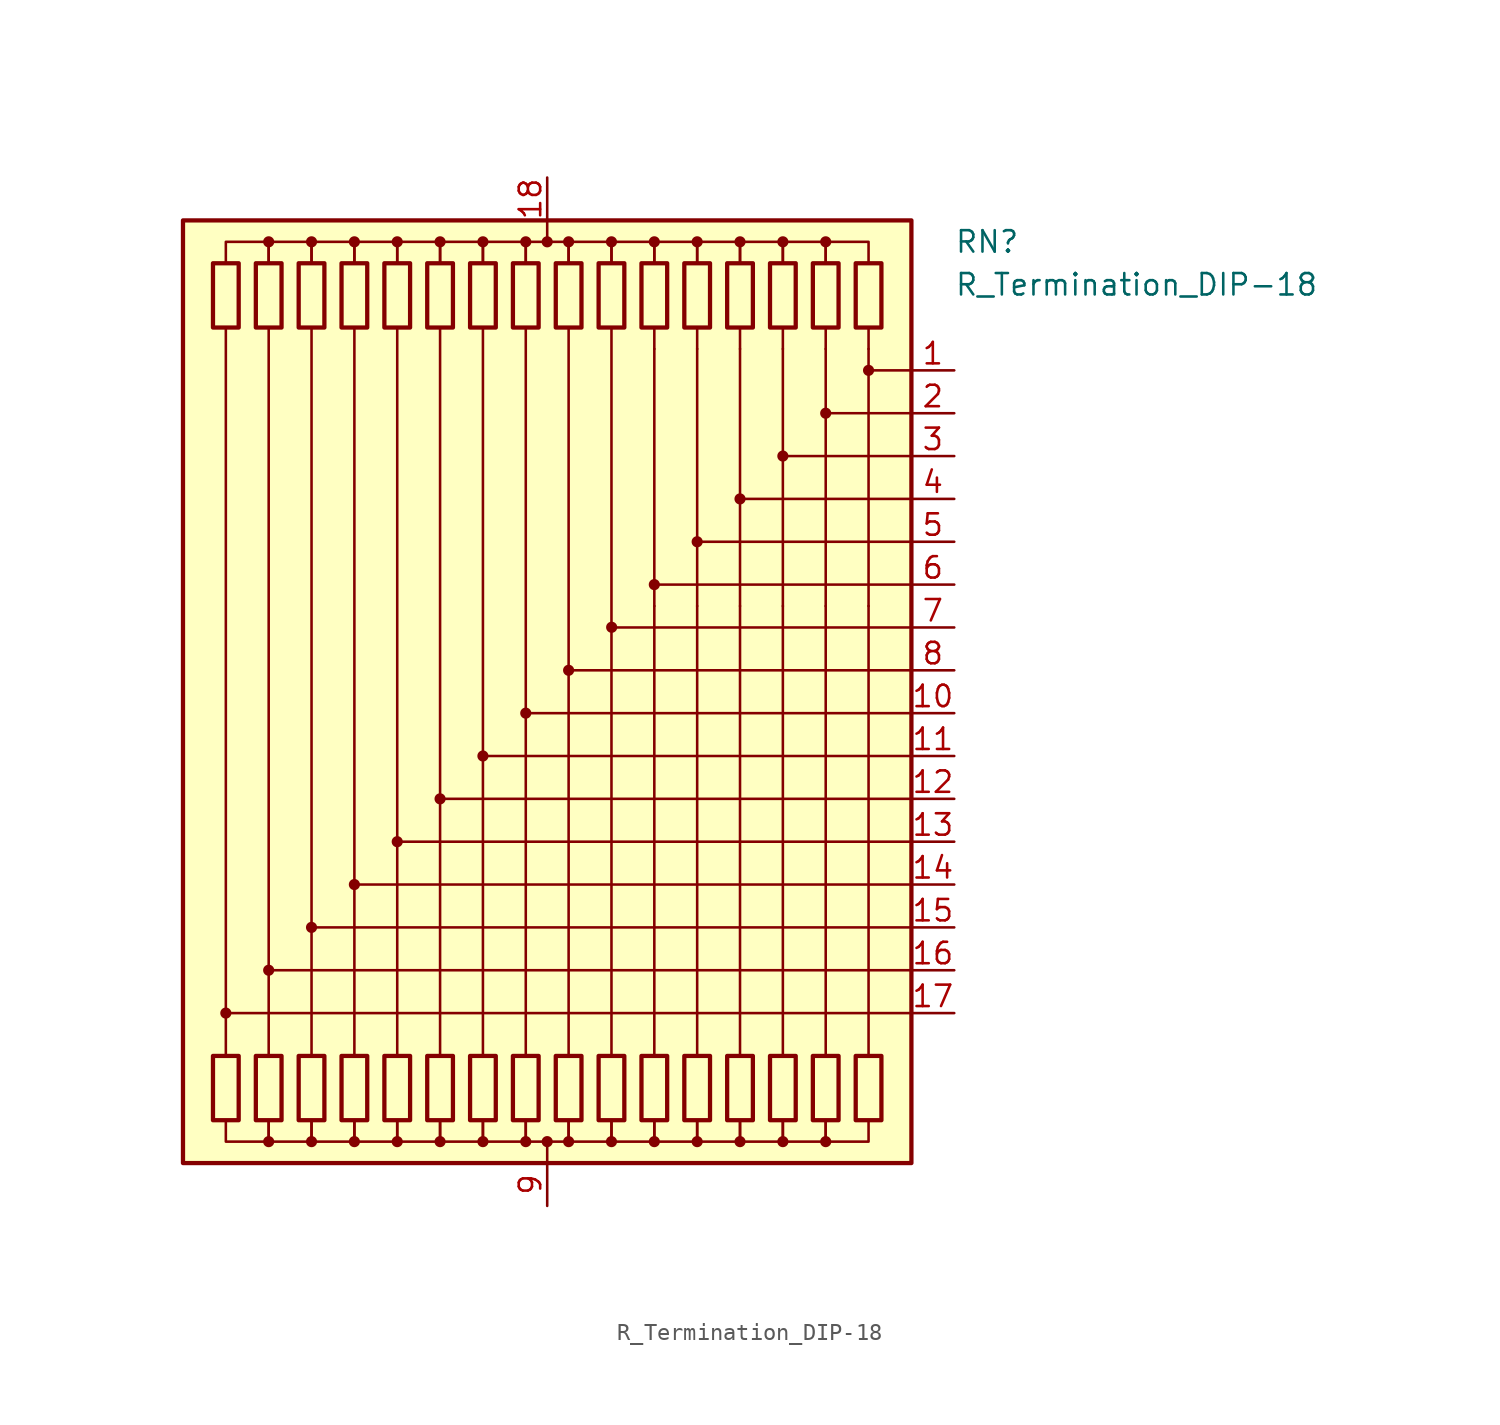
<source format=kicad_sym>
(kicad_symbol_lib
  (version 20211014)
  (generator kicad_symbol_editor)
  (symbol "R_Termination_DIP-18"
    (pin_names
      (offset 0.002) hide)
    (property "Reference" "RN"
      (at 24.13 26.67 0)
      (effects (font (size 1.27 1.27)) (justify left)))
    (property "Value" "R_Termination_DIP-18"
      (at 24.13 24.13 0)
      (effects (font (size 1.27 1.27)) (justify left)))
    (symbol "R_Termination_DIP-18_0_1"
      (rectangle (start -21.59 27.94) (end 21.59 -27.94) (stroke (width 0.254) (type default) (color 0 0 0 0)) (fill (type background)))
      (rectangle (start -19.812 25.4) (end -18.288 21.59) (stroke (width 0.254) (type default) (color 0 0 0 0)) (fill (type none)))
      (circle (center -19.05 -19.05) (radius 0.254) (stroke (width 0) (type default) (color 0 0 0 0)) (fill (type outline)))
      (rectangle (start -18.288 -25.4) (end -19.812 -21.59) (stroke (width 0.254) (type default) (color 0 0 0 0)) (fill (type none)))
      (rectangle (start -17.272 25.4) (end -15.748 21.59) (stroke (width 0.254) (type default) (color 0 0 0 0)) (fill (type none)))
      (circle (center -16.51 -26.67) (radius 0.254) (stroke (width 0) (type default) (color 0 0 0 0)) (fill (type outline)))
      (circle (center -16.51 -16.51) (radius 0.254) (stroke (width 0) (type default) (color 0 0 0 0)) (fill (type outline)))
      (circle (center -16.51 26.67) (radius 0.254) (stroke (width 0) (type default) (color 0 0 0 0)) (fill (type outline)))
      (rectangle (start -15.748 -25.4) (end -17.272 -21.59) (stroke (width 0.254) (type default) (color 0 0 0 0)) (fill (type none)))
      (rectangle (start -14.732 25.4) (end -13.208 21.59) (stroke (width 0.254) (type default) (color 0 0 0 0)) (fill (type none)))
      (circle (center -13.97 -26.67) (radius 0.254) (stroke (width 0) (type default) (color 0 0 0 0)) (fill (type outline)))
      (circle (center -13.97 -13.97) (radius 0.254) (stroke (width 0) (type default) (color 0 0 0 0)) (fill (type outline)))
      (circle (center -13.97 26.67) (radius 0.254) (stroke (width 0) (type default) (color 0 0 0 0)) (fill (type outline)))
      (rectangle (start -13.208 -25.4) (end -14.732 -21.59) (stroke (width 0.254) (type default) (color 0 0 0 0)) (fill (type none)))
      (rectangle (start -12.192 25.4) (end -10.668 21.59) (stroke (width 0.254) (type default) (color 0 0 0 0)) (fill (type none)))
      (circle (center -11.43 -26.67) (radius 0.254) (stroke (width 0) (type default) (color 0 0 0 0)) (fill (type outline)))
      (circle (center -11.43 -11.43) (radius 0.254) (stroke (width 0) (type default) (color 0 0 0 0)) (fill (type outline)))
      (circle (center -11.43 26.67) (radius 0.254) (stroke (width 0) (type default) (color 0 0 0 0)) (fill (type outline)))
      (rectangle (start -10.668 -25.4) (end -12.192 -21.59) (stroke (width 0.254) (type default) (color 0 0 0 0)) (fill (type none)))
      (rectangle (start -9.652 25.4) (end -8.128 21.59) (stroke (width 0.254) (type default) (color 0 0 0 0)) (fill (type none)))
      (circle (center -8.89 -26.67) (radius 0.254) (stroke (width 0) (type default) (color 0 0 0 0)) (fill (type outline)))
      (circle (center -8.89 -8.89) (radius 0.254) (stroke (width 0) (type default) (color 0 0 0 0)) (fill (type outline)))
      (circle (center -8.89 26.67) (radius 0.254) (stroke (width 0) (type default) (color 0 0 0 0)) (fill (type outline)))
      (rectangle (start -8.128 -25.4) (end -9.652 -21.59) (stroke (width 0.254) (type default) (color 0 0 0 0)) (fill (type none)))
      (rectangle (start -7.112 25.4) (end -5.588 21.59) (stroke (width 0.254) (type default) (color 0 0 0 0)) (fill (type none)))
      (circle (center -6.35 -26.67) (radius 0.254) (stroke (width 0) (type default) (color 0 0 0 0)) (fill (type outline)))
      (circle (center -6.35 -6.35) (radius 0.254) (stroke (width 0) (type default) (color 0 0 0 0)) (fill (type outline)))
      (circle (center -6.35 26.67) (radius 0.254) (stroke (width 0) (type default) (color 0 0 0 0)) (fill (type outline)))
      (rectangle (start -5.588 -25.4) (end -7.112 -21.59) (stroke (width 0.254) (type default) (color 0 0 0 0)) (fill (type none)))
      (rectangle (start -4.572 25.4) (end -3.048 21.59) (stroke (width 0.254) (type default) (color 0 0 0 0)) (fill (type none)))
      (circle (center -3.81 -26.67) (radius 0.254) (stroke (width 0) (type default) (color 0 0 0 0)) (fill (type outline)))
      (circle (center -3.81 -3.81) (radius 0.254) (stroke (width 0) (type default) (color 0 0 0 0)) (fill (type outline)))
      (circle (center -3.81 26.67) (radius 0.254) (stroke (width 0) (type default) (color 0 0 0 0)) (fill (type outline)))
      (rectangle (start -3.048 -25.4) (end -4.572 -21.59) (stroke (width 0.254) (type default) (color 0 0 0 0)) (fill (type none)))
      (rectangle (start -2.032 25.4) (end -0.508 21.59) (stroke (width 0.254) (type default) (color 0 0 0 0)) (fill (type none)))
      (circle (center -1.27 -26.67) (radius 0.254) (stroke (width 0) (type default) (color 0 0 0 0)) (fill (type outline)))
      (circle (center -1.27 -1.27) (radius 0.254) (stroke (width 0) (type default) (color 0 0 0 0)) (fill (type outline)))
      (circle (center -1.27 26.67) (radius 0.254) (stroke (width 0) (type default) (color 0 0 0 0)) (fill (type outline)))
      (rectangle (start -0.508 -25.4) (end -2.032 -21.59) (stroke (width 0.254) (type default) (color 0 0 0 0)) (fill (type none)))
      (circle (center 0 -26.67) (radius 0.254) (stroke (width 0) (type default) (color 0 0 0 0)) (fill (type outline)))
      (polyline (pts (xy -19.05 21.59) (xy -19.05 -21.59)) (stroke (width 0) (type default) (color 0 0 0 0)) (fill (type none)))
      (polyline (pts (xy -16.51 21.59) (xy -16.51 -21.59)) (stroke (width 0) (type default) (color 0 0 0 0)) (fill (type none)))
      (polyline (pts (xy -13.97 21.59) (xy -13.97 -21.59)) (stroke (width 0) (type default) (color 0 0 0 0)) (fill (type none)))
      (polyline (pts (xy -11.43 21.59) (xy -11.43 -21.59)) (stroke (width 0) (type default) (color 0 0 0 0)) (fill (type none)))
      (polyline (pts (xy -8.89 21.59) (xy -8.89 -21.59)) (stroke (width 0) (type default) (color 0 0 0 0)) (fill (type none)))
      (polyline (pts (xy -6.35 21.59) (xy -6.35 -21.59)) (stroke (width 0) (type default) (color 0 0 0 0)) (fill (type none)))
      (polyline (pts (xy -3.81 21.59) (xy -3.81 -21.59)) (stroke (width 0) (type default) (color 0 0 0 0)) (fill (type none)))
      (polyline (pts (xy -1.27 21.59) (xy -1.27 -21.59)) (stroke (width 0) (type default) (color 0 0 0 0)) (fill (type none)))
      (polyline (pts (xy 0 -27.94) (xy 0 -26.67)) (stroke (width 0) (type default) (color 0 0 0 0)) (fill (type none)))
      (polyline (pts (xy 0 27.94) (xy 0 26.67)) (stroke (width 0) (type default) (color 0 0 0 0)) (fill (type none)))
      (polyline (pts (xy 1.27 21.59) (xy 1.27 -21.59)) (stroke (width 0) (type default) (color 0 0 0 0)) (fill (type none)))
      (polyline (pts (xy 3.81 21.59) (xy 3.81 -21.59)) (stroke (width 0) (type default) (color 0 0 0 0)) (fill (type none)))
      (polyline (pts (xy 6.35 -21.59) (xy 6.35 5.08)) (stroke (width 0) (type default) (color 0 0 0 0)) (fill (type none)))
      (polyline (pts (xy 6.35 20.32) (xy 6.35 5.08)) (stroke (width 0.152) (type default) (color 0 0 0 0)) (fill (type none)))
      (polyline (pts (xy 6.35 21.59) (xy 6.35 20.32)) (stroke (width 0) (type default) (color 0 0 0 0)) (fill (type none)))
      (polyline (pts (xy 8.89 -21.59) (xy 8.89 5.08)) (stroke (width 0) (type default) (color 0 0 0 0)) (fill (type none)))
      (polyline (pts (xy 8.89 20.32) (xy 8.89 5.08)) (stroke (width 0.152) (type default) (color 0 0 0 0)) (fill (type none)))
      (polyline (pts (xy 8.89 21.59) (xy 8.89 20.32)) (stroke (width 0) (type default) (color 0 0 0 0)) (fill (type none)))
      (polyline (pts (xy 11.43 -21.59) (xy 11.43 5.08)) (stroke (width 0) (type default) (color 0 0 0 0)) (fill (type none)))
      (polyline (pts (xy 11.43 20.32) (xy 11.43 5.08)) (stroke (width 0.152) (type default) (color 0 0 0 0)) (fill (type none)))
      (polyline (pts (xy 11.43 21.59) (xy 11.43 20.32)) (stroke (width 0) (type default) (color 0 0 0 0)) (fill (type none)))
      (polyline (pts (xy 13.97 -21.59) (xy 13.97 5.08)) (stroke (width 0) (type default) (color 0 0 0 0)) (fill (type none)))
      (polyline (pts (xy 13.97 20.32) (xy 13.97 5.08)) (stroke (width 0.152) (type default) (color 0 0 0 0)) (fill (type none)))
      (polyline (pts (xy 13.97 21.59) (xy 13.97 20.32)) (stroke (width 0) (type default) (color 0 0 0 0)) (fill (type none)))
      (polyline (pts (xy 16.51 -21.59) (xy 16.51 5.08)) (stroke (width 0) (type default) (color 0 0 0 0)) (fill (type none)))
      (polyline (pts (xy 16.51 20.32) (xy 16.51 5.08)) (stroke (width 0.152) (type default) (color 0 0 0 0)) (fill (type none)))
      (polyline (pts (xy 16.51 21.59) (xy 16.51 20.32)) (stroke (width 0) (type default) (color 0 0 0 0)) (fill (type none)))
      (polyline (pts (xy 19.05 -21.59) (xy 19.05 5.08)) (stroke (width 0) (type default) (color 0 0 0 0)) (fill (type none)))
      (polyline (pts (xy 19.05 20.32) (xy 19.05 5.08)) (stroke (width 0.152) (type default) (color 0 0 0 0)) (fill (type none)))
      (polyline (pts (xy 19.05 21.59) (xy 19.05 20.32)) (stroke (width 0) (type default) (color 0 0 0 0)) (fill (type none)))
      (polyline (pts (xy 21.59 -19.05) (xy -19.05 -19.05)) (stroke (width 0.152) (type default) (color 0 0 0 0)) (fill (type none)))
      (polyline (pts (xy 21.59 -16.51) (xy -16.51 -16.51)) (stroke (width 0.152) (type default) (color 0 0 0 0)) (fill (type none)))
      (polyline (pts (xy 21.59 -13.97) (xy -13.97 -13.97)) (stroke (width 0.152) (type default) (color 0 0 0 0)) (fill (type none)))
      (polyline (pts (xy 21.59 -11.43) (xy -11.43 -11.43)) (stroke (width 0.152) (type default) (color 0 0 0 0)) (fill (type none)))
      (polyline (pts (xy 21.59 -8.89) (xy -8.89 -8.89)) (stroke (width 0.152) (type default) (color 0 0 0 0)) (fill (type none)))
      (polyline (pts (xy 21.59 -6.35) (xy -6.35 -6.35)) (stroke (width 0.152) (type default) (color 0 0 0 0)) (fill (type none)))
      (polyline (pts (xy 21.59 -3.81) (xy -3.81 -3.81)) (stroke (width 0.152) (type default) (color 0 0 0 0)) (fill (type none)))
      (polyline (pts (xy 21.59 -1.27) (xy -1.27 -1.27)) (stroke (width 0.152) (type default) (color 0 0 0 0)) (fill (type none)))
      (polyline (pts (xy 21.59 1.27) (xy 1.27 1.27)) (stroke (width 0.152) (type default) (color 0 0 0 0)) (fill (type none)))
      (polyline (pts (xy 21.59 3.81) (xy 3.81 3.81)) (stroke (width 0.152) (type default) (color 0 0 0 0)) (fill (type none)))
      (polyline (pts (xy 21.59 6.35) (xy 6.35 6.35)) (stroke (width 0.152) (type default) (color 0 0 0 0)) (fill (type none)))
      (polyline (pts (xy 21.59 8.89) (xy 8.89 8.89)) (stroke (width 0.152) (type default) (color 0 0 0 0)) (fill (type none)))
      (polyline (pts (xy 21.59 11.43) (xy 11.43 11.43)) (stroke (width 0.152) (type default) (color 0 0 0 0)) (fill (type none)))
      (polyline (pts (xy 21.59 13.97) (xy 13.97 13.97)) (stroke (width 0.152) (type default) (color 0 0 0 0)) (fill (type none)))
      (polyline (pts (xy 21.59 16.51) (xy 16.51 16.51)) (stroke (width 0.152) (type default) (color 0 0 0 0)) (fill (type none)))
      (polyline (pts (xy 21.59 19.05) (xy 19.05 19.05)) (stroke (width 0.152) (type default) (color 0 0 0 0)) (fill (type none)))
      (polyline (pts (xy -19.05 25.4) (xy -19.05 26.67) (xy -16.51 26.67) (xy -16.51 25.4)) (stroke (width 0) (type default) (color 0 0 0 0)) (fill (type none)))
      (polyline (pts (xy -16.51 -25.4) (xy -16.51 -26.67) (xy -19.05 -26.67) (xy -19.05 -25.4)) (stroke (width 0) (type default) (color 0 0 0 0)) (fill (type none)))
      (polyline (pts (xy -16.51 25.4) (xy -16.51 26.67) (xy -13.97 26.67) (xy -13.97 25.4)) (stroke (width 0) (type default) (color 0 0 0 0)) (fill (type none)))
      (polyline (pts (xy -13.97 -25.4) (xy -13.97 -26.67) (xy -16.51 -26.67) (xy -16.51 -25.4)) (stroke (width 0) (type default) (color 0 0 0 0)) (fill (type none)))
      (polyline (pts (xy -13.97 25.4) (xy -13.97 26.67) (xy -11.43 26.67) (xy -11.43 25.4)) (stroke (width 0) (type default) (color 0 0 0 0)) (fill (type none)))
      (polyline (pts (xy -11.43 -25.4) (xy -11.43 -26.67) (xy -13.97 -26.67) (xy -13.97 -25.4)) (stroke (width 0) (type default) (color 0 0 0 0)) (fill (type none)))
      (polyline (pts (xy -11.43 25.4) (xy -11.43 26.67) (xy -8.89 26.67) (xy -8.89 25.4)) (stroke (width 0) (type default) (color 0 0 0 0)) (fill (type none)))
      (polyline (pts (xy -8.89 -25.4) (xy -8.89 -26.67) (xy -11.43 -26.67) (xy -11.43 -25.4)) (stroke (width 0) (type default) (color 0 0 0 0)) (fill (type none)))
      (polyline (pts (xy -8.89 25.4) (xy -8.89 26.67) (xy -6.35 26.67) (xy -6.35 25.4)) (stroke (width 0) (type default) (color 0 0 0 0)) (fill (type none)))
      (polyline (pts (xy -6.35 -25.4) (xy -6.35 -26.67) (xy -8.89 -26.67) (xy -8.89 -25.4)) (stroke (width 0) (type default) (color 0 0 0 0)) (fill (type none)))
      (polyline (pts (xy -6.35 25.4) (xy -6.35 26.67) (xy -3.81 26.67) (xy -3.81 25.4)) (stroke (width 0) (type default) (color 0 0 0 0)) (fill (type none)))
      (polyline (pts (xy -3.81 -25.4) (xy -3.81 -26.67) (xy -6.35 -26.67) (xy -6.35 -25.4)) (stroke (width 0) (type default) (color 0 0 0 0)) (fill (type none)))
      (polyline (pts (xy -3.81 25.4) (xy -3.81 26.67) (xy -1.27 26.67) (xy -1.27 25.4)) (stroke (width 0) (type default) (color 0 0 0 0)) (fill (type none)))
      (polyline (pts (xy -1.27 -25.4) (xy -1.27 -26.67) (xy -3.81 -26.67) (xy -3.81 -25.4)) (stroke (width 0) (type default) (color 0 0 0 0)) (fill (type none)))
      (polyline (pts (xy -1.27 25.4) (xy -1.27 26.67) (xy 1.27 26.67) (xy 1.27 25.4)) (stroke (width 0) (type default) (color 0 0 0 0)) (fill (type none)))
      (polyline (pts (xy 1.27 -25.4) (xy 1.27 -26.67) (xy -1.27 -26.67) (xy -1.27 -25.4)) (stroke (width 0) (type default) (color 0 0 0 0)) (fill (type none)))
      (polyline (pts (xy 1.27 25.4) (xy 1.27 26.67) (xy 3.81 26.67) (xy 3.81 25.4)) (stroke (width 0) (type default) (color 0 0 0 0)) (fill (type none)))
      (polyline (pts (xy 3.81 -25.4) (xy 3.81 -26.67) (xy 1.27 -26.67) (xy 1.27 -25.4)) (stroke (width 0) (type default) (color 0 0 0 0)) (fill (type none)))
      (polyline (pts (xy 3.81 25.4) (xy 3.81 26.67) (xy 6.35 26.67) (xy 6.35 25.4)) (stroke (width 0) (type default) (color 0 0 0 0)) (fill (type none)))
      (polyline (pts (xy 6.35 -25.4) (xy 6.35 -26.67) (xy 3.81 -26.67) (xy 3.81 -25.4)) (stroke (width 0) (type default) (color 0 0 0 0)) (fill (type none)))
      (polyline (pts (xy 6.35 25.4) (xy 6.35 26.67) (xy 8.89 26.67) (xy 8.89 25.4)) (stroke (width 0) (type default) (color 0 0 0 0)) (fill (type none)))
      (polyline (pts (xy 8.89 -25.4) (xy 8.89 -26.67) (xy 6.35 -26.67) (xy 6.35 -25.4)) (stroke (width 0) (type default) (color 0 0 0 0)) (fill (type none)))
      (polyline (pts (xy 8.89 25.4) (xy 8.89 26.67) (xy 11.43 26.67) (xy 11.43 25.4)) (stroke (width 0) (type default) (color 0 0 0 0)) (fill (type none)))
      (polyline (pts (xy 11.43 -25.4) (xy 11.43 -26.67) (xy 8.89 -26.67) (xy 8.89 -25.4)) (stroke (width 0) (type default) (color 0 0 0 0)) (fill (type none)))
      (polyline (pts (xy 11.43 25.4) (xy 11.43 26.67) (xy 13.97 26.67) (xy 13.97 25.4)) (stroke (width 0) (type default) (color 0 0 0 0)) (fill (type none)))
      (polyline (pts (xy 13.97 -25.4) (xy 13.97 -26.67) (xy 11.43 -26.67) (xy 11.43 -25.4)) (stroke (width 0) (type default) (color 0 0 0 0)) (fill (type none)))
      (polyline (pts (xy 13.97 25.4) (xy 13.97 26.67) (xy 16.51 26.67) (xy 16.51 25.4)) (stroke (width 0) (type default) (color 0 0 0 0)) (fill (type none)))
      (polyline (pts (xy 16.51 -25.4) (xy 16.51 -26.67) (xy 13.97 -26.67) (xy 13.97 -25.4)) (stroke (width 0) (type default) (color 0 0 0 0)) (fill (type none)))
      (polyline (pts (xy 16.51 25.4) (xy 16.51 26.67) (xy 19.05 26.67) (xy 19.05 25.4)) (stroke (width 0) (type default) (color 0 0 0 0)) (fill (type none)))
      (polyline (pts (xy 19.05 -25.4) (xy 19.05 -26.67) (xy 16.51 -26.67) (xy 16.51 -25.4)) (stroke (width 0) (type default) (color 0 0 0 0)) (fill (type none)))
      (circle (center 0 26.67) (radius 0.254) (stroke (width 0) (type default) (color 0 0 0 0)) (fill (type outline)))
      (rectangle (start 0.508 25.4) (end 2.032 21.59) (stroke (width 0.254) (type default) (color 0 0 0 0)) (fill (type none)))
      (circle (center 1.27 -26.67) (radius 0.254) (stroke (width 0) (type default) (color 0 0 0 0)) (fill (type outline)))
      (circle (center 1.27 1.27) (radius 0.254) (stroke (width 0) (type default) (color 0 0 0 0)) (fill (type outline)))
      (circle (center 1.27 26.67) (radius 0.254) (stroke (width 0) (type default) (color 0 0 0 0)) (fill (type outline)))
      (rectangle (start 2.032 -25.4) (end 0.508 -21.59) (stroke (width 0.254) (type default) (color 0 0 0 0)) (fill (type none)))
      (rectangle (start 3.048 25.4) (end 4.572 21.59) (stroke (width 0.254) (type default) (color 0 0 0 0)) (fill (type none)))
      (circle (center 3.81 -26.67) (radius 0.254) (stroke (width 0) (type default) (color 0 0 0 0)) (fill (type outline)))
      (circle (center 3.81 26.67) (radius 0.254) (stroke (width 0) (type default) (color 0 0 0 0)) (fill (type outline)))
      (circle (center 3.822 3.821) (radius 0.254) (stroke (width 0) (type default) (color 0 0 0 0)) (fill (type outline)))
      (rectangle (start 4.572 -25.4) (end 3.048 -21.59) (stroke (width 0.254) (type default) (color 0 0 0 0)) (fill (type none)))
      (rectangle (start 5.588 25.4) (end 7.112 21.59) (stroke (width 0.254) (type default) (color 0 0 0 0)) (fill (type none)))
      (circle (center 6.35 -26.67) (radius 0.254) (stroke (width 0) (type default) (color 0 0 0 0)) (fill (type outline)))
      (circle (center 6.35 6.35) (radius 0.254) (stroke (width 0) (type default) (color 0 0 0 0)) (fill (type outline)))
      (circle (center 6.35 26.67) (radius 0.254) (stroke (width 0) (type default) (color 0 0 0 0)) (fill (type outline)))
      (rectangle (start 7.112 -25.4) (end 5.588 -21.59) (stroke (width 0.254) (type default) (color 0 0 0 0)) (fill (type none)))
      (rectangle (start 8.128 25.4) (end 9.652 21.59) (stroke (width 0.254) (type default) (color 0 0 0 0)) (fill (type none)))
      (circle (center 8.89 -26.67) (radius 0.254) (stroke (width 0) (type default) (color 0 0 0 0)) (fill (type outline)))
      (circle (center 8.89 8.89) (radius 0.254) (stroke (width 0) (type default) (color 0 0 0 0)) (fill (type outline)))
      (circle (center 8.89 26.67) (radius 0.254) (stroke (width 0) (type default) (color 0 0 0 0)) (fill (type outline)))
      (rectangle (start 9.652 -25.4) (end 8.128 -21.59) (stroke (width 0.254) (type default) (color 0 0 0 0)) (fill (type none)))
      (rectangle (start 10.668 25.4) (end 12.192 21.59) (stroke (width 0.254) (type default) (color 0 0 0 0)) (fill (type none)))
      (circle (center 11.43 -26.67) (radius 0.254) (stroke (width 0) (type default) (color 0 0 0 0)) (fill (type outline)))
      (circle (center 11.43 11.43) (radius 0.254) (stroke (width 0) (type default) (color 0 0 0 0)) (fill (type outline)))
      (circle (center 11.43 26.67) (radius 0.254) (stroke (width 0) (type default) (color 0 0 0 0)) (fill (type outline)))
      (rectangle (start 12.192 -25.4) (end 10.668 -21.59) (stroke (width 0.254) (type default) (color 0 0 0 0)) (fill (type none)))
      (rectangle (start 13.208 25.4) (end 14.732 21.59) (stroke (width 0.254) (type default) (color 0 0 0 0)) (fill (type none)))
      (circle (center 13.97 -26.67) (radius 0.254) (stroke (width 0) (type default) (color 0 0 0 0)) (fill (type outline)))
      (circle (center 13.97 13.97) (radius 0.254) (stroke (width 0) (type default) (color 0 0 0 0)) (fill (type outline)))
      (circle (center 13.97 26.67) (radius 0.254) (stroke (width 0) (type default) (color 0 0 0 0)) (fill (type outline)))
      (rectangle (start 14.732 -25.4) (end 13.208 -21.59) (stroke (width 0.254) (type default) (color 0 0 0 0)) (fill (type none)))
      (rectangle (start 15.748 25.4) (end 17.272 21.59) (stroke (width 0.254) (type default) (color 0 0 0 0)) (fill (type none)))
      (circle (center 16.51 -26.67) (radius 0.254) (stroke (width 0) (type default) (color 0 0 0 0)) (fill (type outline)))
      (circle (center 16.51 16.51) (radius 0.254) (stroke (width 0) (type default) (color 0 0 0 0)) (fill (type outline)))
      (circle (center 16.51 26.67) (radius 0.254) (stroke (width 0) (type default) (color 0 0 0 0)) (fill (type outline)))
      (rectangle (start 17.272 -25.4) (end 15.748 -21.59) (stroke (width 0.254) (type default) (color 0 0 0 0)) (fill (type none)))
      (rectangle (start 18.288 25.4) (end 19.812 21.59) (stroke (width 0.254) (type default) (color 0 0 0 0)) (fill (type none)))
      (circle (center 19.05 19.05) (radius 0.254) (stroke (width 0) (type default) (color 0 0 0 0)) (fill (type outline)))
      (rectangle (start 19.812 -25.4) (end 18.288 -21.59) (stroke (width 0.254) (type default) (color 0 0 0 0)) (fill (type none))))
    (symbol "R_Termination_DIP-18_1_1"
      (pin passive line (at 24.13 19.05 180) (length 2.54) (name "R1" (effects (font (size 1.27 1.27)))) (number "1" (effects (font (size 1.27 1.27)))))
      (pin passive line (at 24.13 -1.27 180) (length 2.54) (name "R10" (effects (font (size 1.27 1.27)))) (number "10" (effects (font (size 1.27 1.27)))))
      (pin passive line (at 24.13 -3.81 180) (length 2.54) (name "R11" (effects (font (size 1.27 1.27)))) (number "11" (effects (font (size 1.27 1.27)))))
      (pin passive line (at 24.13 -6.35 180) (length 2.54) (name "R12" (effects (font (size 1.27 1.27)))) (number "12" (effects (font (size 1.27 1.27)))))
      (pin passive line (at 24.13 -8.89 180) (length 2.54) (name "R13" (effects (font (size 1.27 1.27)))) (number "13" (effects (font (size 1.27 1.27)))))
      (pin passive line (at 24.13 -11.43 180) (length 2.54) (name "R14" (effects (font (size 1.27 1.27)))) (number "14" (effects (font (size 1.27 1.27)))))
      (pin passive line (at 24.13 -13.97 180) (length 2.54) (name "R15" (effects (font (size 1.27 1.27)))) (number "15" (effects (font (size 1.27 1.27)))))
      (pin passive line (at 24.13 -16.51 180) (length 2.54) (name "R16" (effects (font (size 1.27 1.27)))) (number "16" (effects (font (size 1.27 1.27)))))
      (pin passive line (at 24.13 -19.05 180) (length 2.54) (name "R17" (effects (font (size 1.27 1.27)))) (number "17" (effects (font (size 1.27 1.27)))))
      (pin passive line (at 0 30.48 270) (length 2.54) (name "common" (effects (font (size 1.27 1.27)))) (number "18" (effects (font (size 1.27 1.27)))))
      (pin passive line (at 24.13 16.51 180) (length 2.54) (name "R2" (effects (font (size 1.27 1.27)))) (number "2" (effects (font (size 1.27 1.27)))))
      (pin passive line (at 24.13 13.97 180) (length 2.54) (name "R3" (effects (font (size 1.27 1.27)))) (number "3" (effects (font (size 1.27 1.27)))))
      (pin passive line (at 24.13 11.43 180) (length 2.54) (name "R4" (effects (font (size 1.27 1.27)))) (number "4" (effects (font (size 1.27 1.27)))))
      (pin passive line (at 24.13 8.89 180) (length 2.54) (name "R5" (effects (font (size 1.27 1.27)))) (number "5" (effects (font (size 1.27 1.27)))))
      (pin passive line (at 24.13 6.35 180) (length 2.54) (name "R6" (effects (font (size 1.27 1.27)))) (number "6" (effects (font (size 1.27 1.27)))))
      (pin passive line (at 24.13 3.81 180) (length 2.54) (name "R7" (effects (font (size 1.27 1.27)))) (number "7" (effects (font (size 1.27 1.27)))))
      (pin passive line (at 24.13 1.27 180) (length 2.54) (name "R8" (effects (font (size 1.27 1.27)))) (number "8" (effects (font (size 1.27 1.27)))))
      (pin passive line (at 0 -30.48 90) (length 2.54) (name "common" (effects (font (size 1.27 1.27)))) (number "9" (effects (font (size 1.27 1.27))))))))
</source>
